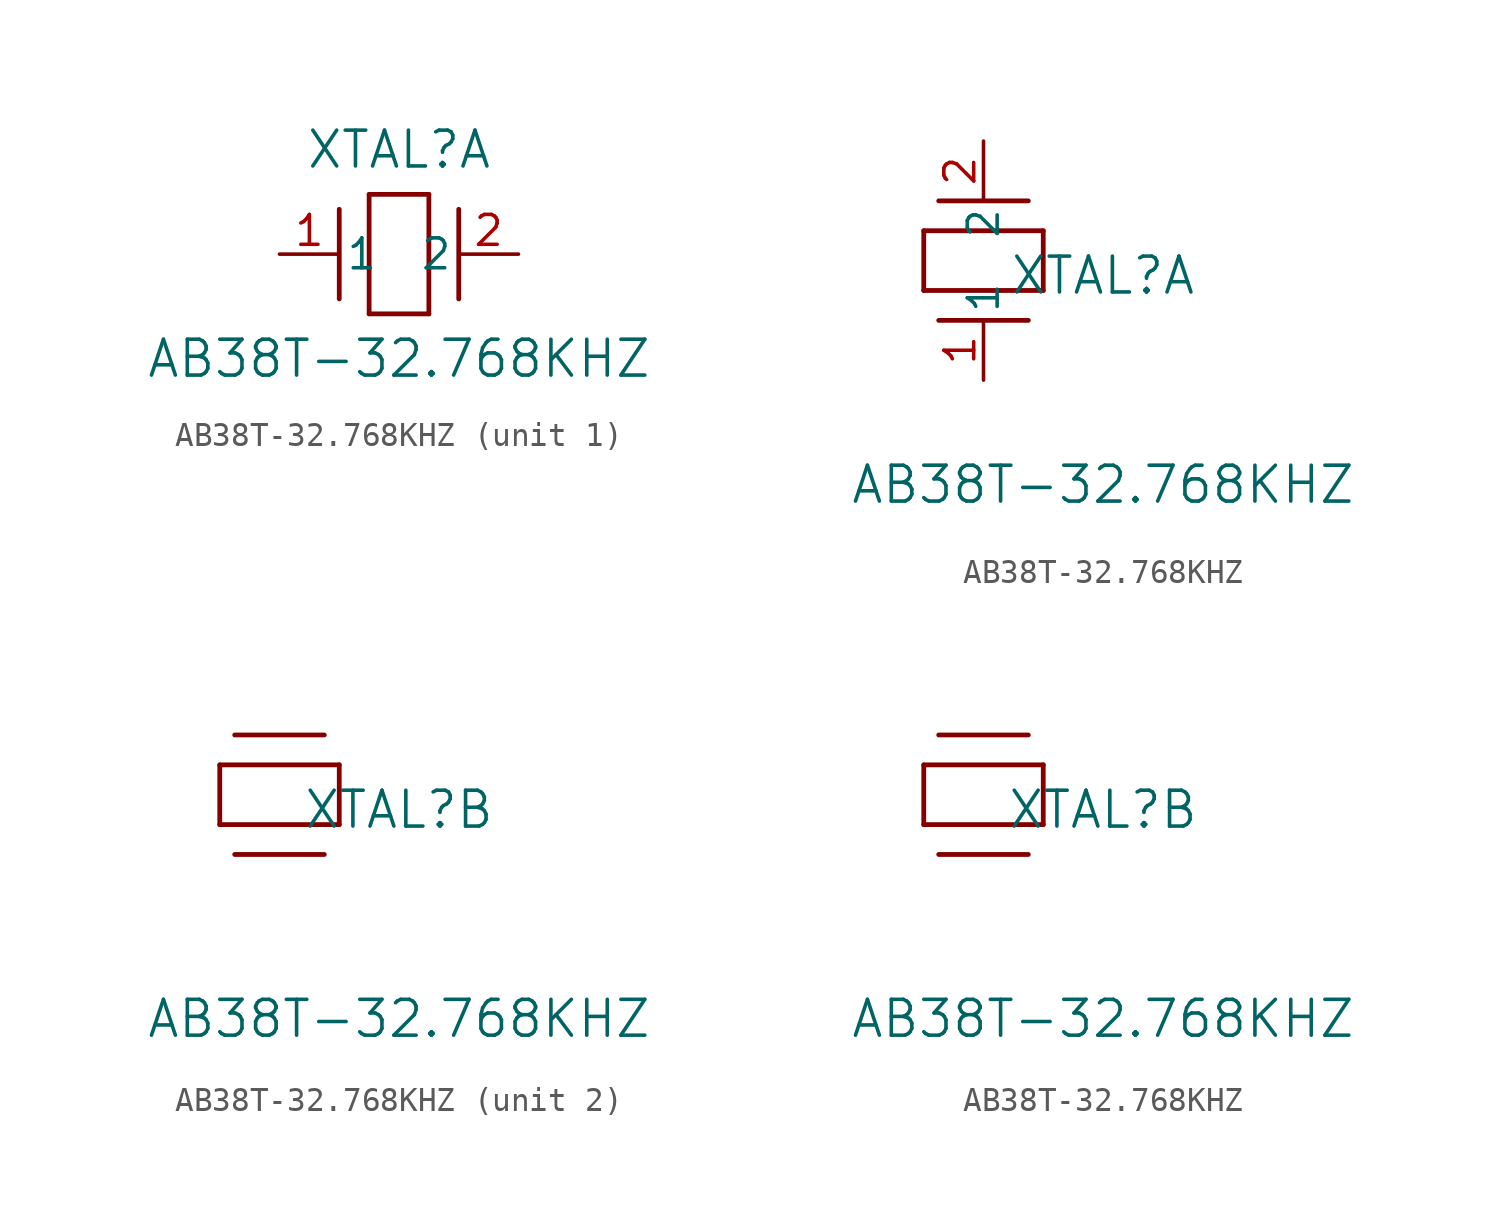
<source format=kicad_sym>
(kicad_symbol_lib
  (version 20211014)
  (generator kicad_symbol_editor)
  (symbol "AB38T-32.768KHZ"
    (pin_names
      (offset 0.254))
    (property "Reference" "XTAL"
      (at 5.08 4.445 0)
      (effects (font (size 1.524 1.524))))
    (property "Value" "AB38T-32.768KHZ"
      (at 5.08 -4.445 0)
      (effects (font (size 1.524 1.524))))
    (symbol "AB38T-32.768KHZ_1_1"
      (polyline (pts (xy 2.54 -1.905) (xy 2.54 1.905)) (stroke (width 0.203) (type default) (color 0 0 0 0)) (fill (type none)))
      (polyline (pts (xy 6.35 2.54) (xy 6.35 -2.54)) (stroke (width 0.203) (type default) (color 0 0 0 0)) (fill (type none)))
      (polyline (pts (xy 7.62 -1.905) (xy 7.62 1.905)) (stroke (width 0.203) (type default) (color 0 0 0 0)) (fill (type none)))
      (polyline (pts (xy 6.35 -2.54) (xy 3.81 -2.54)) (stroke (width 0.203) (type default) (color 0 0 0 0)) (fill (type none)))
      (polyline (pts (xy 3.81 2.54) (xy 6.35 2.54)) (stroke (width 0.203) (type default) (color 0 0 0 0)) (fill (type none)))
      (polyline (pts (xy 3.81 -2.54) (xy 3.81 2.54)) (stroke (width 0.203) (type default) (color 0 0 0 0)) (fill (type none)))
      (pin unspecified line (at 0 0 0) (length 2.54) (name "1" (effects (font (size 1.27 1.27)))) (number "1" (effects (font (size 1.27 1.27)))))
      (pin unspecified line (at 10.16 0 180) (length 2.54) (name "2" (effects (font (size 1.27 1.27)))) (number "2" (effects (font (size 1.27 1.27))))))
    (symbol "AB38T-32.768KHZ_1_2"
      (polyline (pts (xy 1.905 7.62) (xy -1.905 7.62)) (stroke (width 0.203) (type default) (color 0 0 0 0)) (fill (type none)))
      (polyline (pts (xy -2.54 3.81) (xy -2.54 6.35)) (stroke (width 0.203) (type default) (color 0 0 0 0)) (fill (type none)))
      (polyline (pts (xy 1.905 2.54) (xy -1.905 2.54)) (stroke (width 0.203) (type default) (color 0 0 0 0)) (fill (type none)))
      (polyline (pts (xy 2.54 6.35) (xy 2.54 3.81)) (stroke (width 0.203) (type default) (color 0 0 0 0)) (fill (type none)))
      (polyline (pts (xy -2.54 6.35) (xy 2.54 6.35)) (stroke (width 0.203) (type default) (color 0 0 0 0)) (fill (type none)))
      (polyline (pts (xy 2.54 3.81) (xy -2.54 3.81)) (stroke (width 0.203) (type default) (color 0 0 0 0)) (fill (type none)))
      (pin unspecified line (at 0 0 90) (length 2.54) (name "1" (effects (font (size 1.27 1.27)))) (number "1" (effects (font (size 1.27 1.27)))))
      (pin unspecified line (at 0 10.16 270) (length 2.54) (name "2" (effects (font (size 1.27 1.27)))) (number "2" (effects (font (size 1.27 1.27))))))
    (symbol "AB38T-32.768KHZ_2_1"
      (polyline (pts (xy 1.905 7.62) (xy -1.905 7.62)) (stroke (width 0.203) (type default) (color 0 0 0 0)) (fill (type none)))
      (polyline (pts (xy -2.54 3.81) (xy -2.54 6.35)) (stroke (width 0.203) (type default) (color 0 0 0 0)) (fill (type none)))
      (polyline (pts (xy 1.905 2.54) (xy -1.905 2.54)) (stroke (width 0.203) (type default) (color 0 0 0 0)) (fill (type none)))
      (polyline (pts (xy 2.54 6.35) (xy 2.54 3.81)) (stroke (width 0.203) (type default) (color 0 0 0 0)) (fill (type none)))
      (polyline (pts (xy -2.54 6.35) (xy 2.54 6.35)) (stroke (width 0.203) (type default) (color 0 0 0 0)) (fill (type none)))
      (polyline (pts (xy 2.54 3.81) (xy -2.54 3.81)) (stroke (width 0.203) (type default) (color 0 0 0 0)) (fill (type none))))
    (symbol "AB38T-32.768KHZ_2_2"
      (polyline (pts (xy 1.905 7.62) (xy -1.905 7.62)) (stroke (width 0.203) (type default) (color 0 0 0 0)) (fill (type none)))
      (polyline (pts (xy -2.54 3.81) (xy -2.54 6.35)) (stroke (width 0.203) (type default) (color 0 0 0 0)) (fill (type none)))
      (polyline (pts (xy 1.905 2.54) (xy -1.905 2.54)) (stroke (width 0.203) (type default) (color 0 0 0 0)) (fill (type none)))
      (polyline (pts (xy 2.54 6.35) (xy 2.54 3.81)) (stroke (width 0.203) (type default) (color 0 0 0 0)) (fill (type none)))
      (polyline (pts (xy -2.54 6.35) (xy 2.54 6.35)) (stroke (width 0.203) (type default) (color 0 0 0 0)) (fill (type none)))
      (polyline (pts (xy 2.54 3.81) (xy -2.54 3.81)) (stroke (width 0.203) (type default) (color 0 0 0 0)) (fill (type none))))))
</source>
